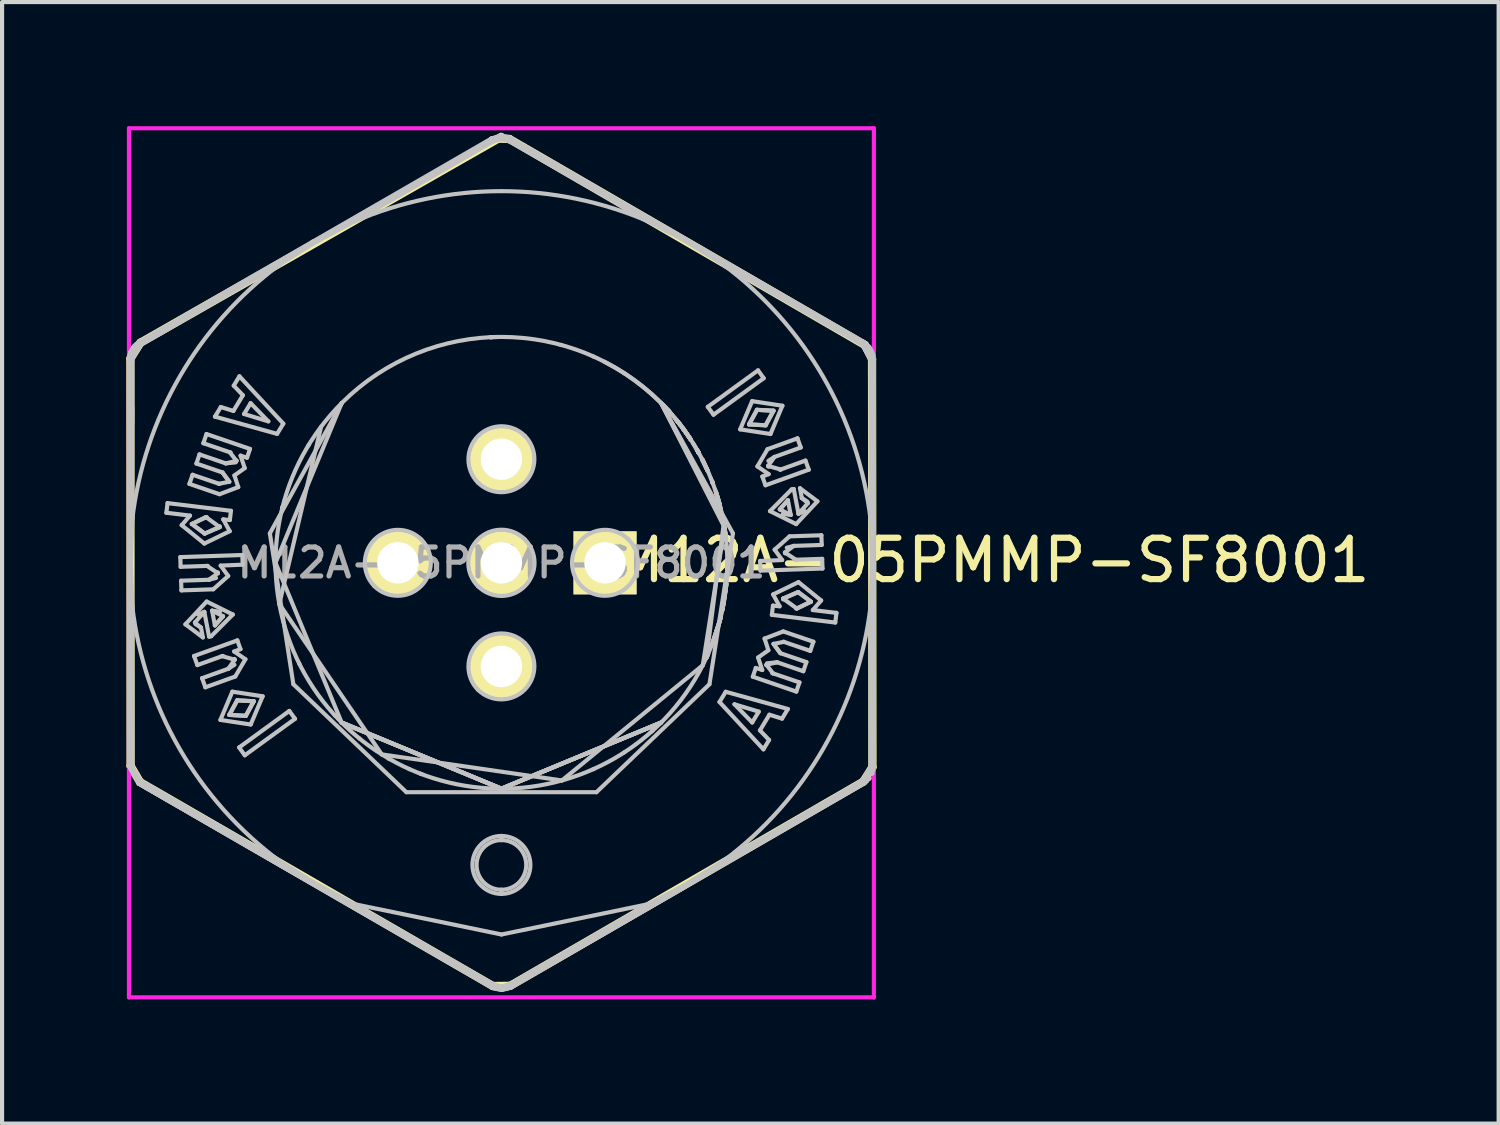
<source format=kicad_pcb>
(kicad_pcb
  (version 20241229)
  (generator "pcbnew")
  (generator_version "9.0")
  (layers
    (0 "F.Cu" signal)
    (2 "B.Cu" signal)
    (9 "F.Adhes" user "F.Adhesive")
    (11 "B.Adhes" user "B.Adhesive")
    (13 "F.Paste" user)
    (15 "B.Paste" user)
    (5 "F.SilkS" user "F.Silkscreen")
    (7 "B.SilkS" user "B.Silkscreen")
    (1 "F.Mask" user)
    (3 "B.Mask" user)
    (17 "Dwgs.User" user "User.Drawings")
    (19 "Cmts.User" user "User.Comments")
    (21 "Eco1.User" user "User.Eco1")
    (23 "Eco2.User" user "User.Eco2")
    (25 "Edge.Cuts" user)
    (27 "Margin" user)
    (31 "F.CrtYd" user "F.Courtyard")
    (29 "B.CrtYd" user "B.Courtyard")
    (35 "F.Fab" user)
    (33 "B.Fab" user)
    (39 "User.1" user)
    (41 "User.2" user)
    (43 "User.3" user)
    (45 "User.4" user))
  (footprint "M12A-05PMMP-SF8001"
    (layer "F.Cu")
    (at 9.066 10.55)
    (property "Reference" "M12A-05PMMP-SF8001" (at 11.877 -0.061 0) (layer "F.SilkS") (effects (font (size 1 1) (thickness 0.15))))
    (attr through_hole)
    (fp_line (start -8.966 -4.933) (end -8.961 4.907) (stroke (width 0.2) (type solid)) (layer "F.SilkS"))
    (fp_line (start -8.961 4.907) (end -8.733 5.298) (stroke (width 0.2) (type solid)) (layer "F.SilkS"))
    (fp_line (start -8.733 5.298) (end -0.208 10.226) (stroke (width 0.2) (type solid)) (layer "F.SilkS"))
    (fp_line (start -8.722 -5.319) (end -8.966 -4.933) (stroke (width 0.2) (type solid)) (layer "F.SilkS"))
    (fp_line (start -0.208 10.226) (end 0.213 10.221) (stroke (width 0.2) (type solid)) (layer "F.SilkS"))
    (fp_line (start -0.005 -10.292) (end -8.722 -5.319) (stroke (width 0.2) (type solid)) (layer "F.SilkS"))
    (fp_line (start 0.193 -10.241) (end -0.066 -10.251) (stroke (width 0.2) (type solid)) (layer "F.SilkS"))
    (fp_line (start 0.213 10.221) (end 8.743 5.288) (stroke (width 0.2) (type solid)) (layer "F.SilkS"))
    (fp_line (start 8.743 5.288) (end 8.966 4.938) (stroke (width 0.2) (type solid)) (layer "F.SilkS"))
    (fp_line (start 8.783 -5.263) (end 0.193 -10.241) (stroke (width 0.2) (type solid)) (layer "F.SilkS"))
    (fp_line (start 8.956 -4.923) (end 8.783 -5.263) (stroke (width 0.2) (type solid)) (layer "F.SilkS"))
    (fp_line (start 8.966 4.938) (end 8.956 -4.923) (stroke (width 0.2) (type solid)) (layer "F.SilkS"))
    (fp_line (start -9 -4.907) (end -8.918 -4.918) (stroke (width 0.1) (type solid)) (layer "Dwgs.User"))
    (fp_line (start -9 0.015) (end -9 -4.907) (stroke (width 0.1) (type solid)) (layer "Dwgs.User"))
    (fp_line (start -9 0.015) (end -8.953 0.015) (stroke (width 0.1) (type solid)) (layer "Dwgs.User"))
    (fp_line (start -9 4.907) (end -9 0.015) (stroke (width 0.1) (type solid)) (layer "Dwgs.User"))
    (fp_line (start -9 4.907) (end -8.75 5.34) (stroke (width 0.1) (type solid)) (layer "Dwgs.User"))
    (fp_line (start -9 -4.907) (end -8.994 -4.984) (stroke (width 0.1) (type solid)) (layer "Dwgs.User"))
    (fp_line (start -9 4.907) (end -8.75 5.34) (stroke (width 0.1) (type solid)) (layer "Dwgs.User"))
    (fp_line (start -8.994 -4.986) (end -8.971 -5.076) (stroke (width 0.1) (type solid)) (layer "Dwgs.User"))
    (fp_line (start -8.989 -5.012) (end -9 -4.908) (stroke (width 0.1) (type solid)) (layer "Dwgs.User"))
    (fp_line (start -8.962 -5.099) (end -8.971 -5.075) (stroke (width 0.1) (type solid)) (layer "Dwgs.User"))
    (fp_line (start -8.962 -5.1) (end -8.899 -5.209) (stroke (width 0.1) (type solid)) (layer "Dwgs.User"))
    (fp_line (start -8.953 0.015) (end -8.921 -1.039) (stroke (width 0.1) (type solid)) (layer "Dwgs.User"))
    (fp_line (start -8.95 -4.916) (end -8.992 -4.911) (stroke (width 0.1) (type solid)) (layer "Dwgs.User"))
    (fp_line (start -8.921 -1.039) (end -8.918 -4.917) (stroke (width 0.1) (type solid)) (layer "Dwgs.User"))
    (fp_line (start -8.921 1.039) (end -8.953 0.015) (stroke (width 0.1) (type solid)) (layer "Dwgs.User"))
    (fp_line (start -8.919 -3.757) (end -8.919 -3.388) (stroke (width 0.1) (type solid)) (layer "Dwgs.User"))
    (fp_line (start -8.918 -4.918) (end -8.918 -4.917) (stroke (width 0.1) (type solid)) (layer "Dwgs.User"))
    (fp_line (start -8.918 -4.917) (end -8.718 -5.265) (stroke (width 0.1) (type solid)) (layer "Dwgs.User"))
    (fp_line (start -8.918 4.918) (end -9 4.907) (stroke (width 0.1) (type solid)) (layer "Dwgs.User"))
    (fp_line (start -8.918 4.92) (end -8.921 1.039) (stroke (width 0.1) (type solid)) (layer "Dwgs.User"))
    (fp_line (start -8.901 5.034) (end -8.892 5.059) (stroke (width 0.1) (type solid)) (layer "Dwgs.User"))
    (fp_line (start -8.885 -5.227) (end -8.9 -5.207) (stroke (width 0.1) (type solid)) (layer "Dwgs.User"))
    (fp_line (start -8.884 -5.228) (end -8.836 -5.278) (stroke (width 0.1) (type solid)) (layer "Dwgs.User"))
    (fp_line (start -8.876 5.097) (end -8.875 5.099) (stroke (width 0.1) (type solid)) (layer "Dwgs.User"))
    (fp_line (start -8.875 5.099) (end -8.875 5.099) (stroke (width 0.1) (type solid)) (layer "Dwgs.User"))
    (fp_line (start -8.874 5.1) (end -8.874 5.1) (stroke (width 0.1) (type solid)) (layer "Dwgs.User"))
    (fp_line (start -8.874 5.1) (end -8.874 5.1) (stroke (width 0.1) (type solid)) (layer "Dwgs.User"))
    (fp_line (start -8.874 5.101) (end -8.873 5.101) (stroke (width 0.1) (type solid)) (layer "Dwgs.User"))
    (fp_line (start -8.873 5.102) (end -8.873 5.102) (stroke (width 0.1) (type solid)) (layer "Dwgs.User"))
    (fp_line (start -8.873 5.103) (end -8.873 5.103) (stroke (width 0.1) (type solid)) (layer "Dwgs.User"))
    (fp_line (start -8.872 5.104) (end -8.872 5.104) (stroke (width 0.1) (type solid)) (layer "Dwgs.User"))
    (fp_line (start -8.871 5.105) (end -8.871 5.105) (stroke (width 0.1) (type solid)) (layer "Dwgs.User"))
    (fp_line (start -8.835 -5.279) (end -8.837 -5.277) (stroke (width 0.1) (type solid)) (layer "Dwgs.User"))
    (fp_line (start -8.802 -5.306) (end -8.75 -5.34) (stroke (width 0.1) (type solid)) (layer "Dwgs.User"))
    (fp_line (start -8.75 5.34) (end -9 4.907) (stroke (width 0.1) (type solid)) (layer "Dwgs.User"))
    (fp_line (start -8.75 -5.34) (end -4.565 -7.757) (stroke (width 0.1) (type solid)) (layer "Dwgs.User"))
    (fp_line (start -8.75 -5.34) (end -9 -4.907) (stroke (width 0.1) (type solid)) (layer "Dwgs.User"))
    (fp_line (start -8.75 5.34) (end -8.056 5.741) (stroke (width 0.1) (type solid)) (layer "Dwgs.User"))
    (fp_line (start -8.75 5.34) (end -4.565 7.757) (stroke (width 0.1) (type solid)) (layer "Dwgs.User"))
    (fp_line (start -8.75 5.34) (end -4.565 7.757) (stroke (width 0.1) (type solid)) (layer "Dwgs.User"))
    (fp_line (start -8.75 -5.34) (end -9 -4.906) (stroke (width 0.1) (type solid)) (layer "Dwgs.User"))
    (fp_line (start -8.75 5.34) (end -9 4.908) (stroke (width 0.1) (type solid)) (layer "Dwgs.User"))
    (fp_line (start -8.75 5.341) (end -8.718 5.264) (stroke (width 0.1) (type solid)) (layer "Dwgs.User"))
    (fp_line (start -8.72 5.263) (end -8.918 4.92) (stroke (width 0.1) (type solid)) (layer "Dwgs.User"))
    (fp_line (start -8.718 -5.265) (end -5.361 -7.206) (stroke (width 0.1) (type solid)) (layer "Dwgs.User"))
    (fp_line (start -8.718 -5.265) (end -8.75 -5.34) (stroke (width 0.1) (type solid)) (layer "Dwgs.User"))
    (fp_line (start -8.096 -1.21) (end -7.525 -1.141) (stroke (width 0.1) (type solid)) (layer "Dwgs.User"))
    (fp_line (start -8.067 -1.443) (end -8.096 -1.21) (stroke (width 0.1) (type solid)) (layer "Dwgs.User"))
    (fp_line (start -8.056 5.741) (end -8.75 5.34) (stroke (width 0.1) (type solid)) (layer "Dwgs.User"))
    (fp_line (start -7.759 -0.138) (end -7.751 0.096) (stroke (width 0.1) (type solid)) (layer "Dwgs.User"))
    (fp_line (start -7.751 0.096) (end -7.114 0.075) (stroke (width 0.1) (type solid)) (layer "Dwgs.User"))
    (fp_line (start -7.74 0.432) (end -7.732 0.666) (stroke (width 0.1) (type solid)) (layer "Dwgs.User"))
    (fp_line (start -7.732 0.666) (end -6.963 0.64) (stroke (width 0.1) (type solid)) (layer "Dwgs.User"))
    (fp_line (start -7.726 -0.91) (end -7.178 -0.466) (stroke (width 0.1) (type solid)) (layer "Dwgs.User"))
    (fp_line (start -7.636 1.486) (end -7.214 1.803) (stroke (width 0.1) (type solid)) (layer "Dwgs.User"))
    (fp_line (start -7.539 -1.907) (end -6.811 -1.658) (stroke (width 0.1) (type solid)) (layer "Dwgs.User"))
    (fp_line (start -7.525 -1.141) (end -7.726 -0.91) (stroke (width 0.1) (type solid)) (layer "Dwgs.User"))
    (fp_line (start -7.48 -0.939) (end -7.138 -1.104) (stroke (width 0.1) (type solid)) (layer "Dwgs.User"))
    (fp_line (start -7.48 -0.939) (end -7.138 -1.104) (stroke (width 0.1) (type solid)) (layer "Dwgs.User"))
    (fp_line (start -7.463 -2.128) (end -7.539 -1.907) (stroke (width 0.1) (type solid)) (layer "Dwgs.User"))
    (fp_line (start -7.427 2.251) (end -7.347 2.471) (stroke (width 0.1) (type solid)) (layer "Dwgs.User"))
    (fp_line (start -7.406 1.442) (end -7.179 1.185) (stroke (width 0.1) (type solid)) (layer "Dwgs.User"))
    (fp_line (start -7.37 -2.399) (end -6.74 -2.183) (stroke (width 0.1) (type solid)) (layer "Dwgs.User"))
    (fp_line (start -7.347 2.471) (end -6.748 2.255) (stroke (width 0.1) (type solid)) (layer "Dwgs.User"))
    (fp_line (start -7.332 1.249) (end -7.179 1.185) (stroke (width 0.1) (type solid)) (layer "Dwgs.User"))
    (fp_line (start -7.295 -2.62) (end -7.37 -2.399) (stroke (width 0.1) (type solid)) (layer "Dwgs.User"))
    (fp_line (start -7.259 1.566) (end -7.406 1.442) (stroke (width 0.1) (type solid)) (layer "Dwgs.User"))
    (fp_line (start -7.259 1.566) (end -7.393 1.48) (stroke (width 0.1) (type solid)) (layer "Dwgs.User"))
    (fp_line (start -7.233 2.787) (end -7.154 3.008) (stroke (width 0.1) (type solid)) (layer "Dwgs.User"))
    (fp_line (start -7.214 1.803) (end -7.259 1.566) (stroke (width 0.1) (type solid)) (layer "Dwgs.User"))
    (fp_line (start -7.202 -2.89) (end -6.562 -2.671) (stroke (width 0.1) (type solid)) (layer "Dwgs.User"))
    (fp_line (start -7.179 1.185) (end -7.064 1.784) (stroke (width 0.1) (type solid)) (layer "Dwgs.User"))
    (fp_line (start -7.178 -0.466) (end -6.565 -0.764) (stroke (width 0.1) (type solid)) (layer "Dwgs.User"))
    (fp_line (start -7.17 -0.707) (end -7.48 -0.939) (stroke (width 0.1) (type solid)) (layer "Dwgs.User"))
    (fp_line (start -7.17 -0.707) (end -7.48 -0.939) (stroke (width 0.1) (type solid)) (layer "Dwgs.User"))
    (fp_line (start -7.154 3.008) (end -6.431 2.747) (stroke (width 0.1) (type solid)) (layer "Dwgs.User"))
    (fp_line (start -7.138 -1.104) (end -7.118 -1.102) (stroke (width 0.1) (type solid)) (layer "Dwgs.User"))
    (fp_line (start -7.138 -1.104) (end -6.808 -0.864) (stroke (width 0.1) (type solid)) (layer "Dwgs.User"))
    (fp_line (start -7.126 -3.112) (end -7.202 -2.89) (stroke (width 0.1) (type solid)) (layer "Dwgs.User"))
    (fp_line (start -7.122 0.936) (end -7.636 1.486) (stroke (width 0.1) (type solid)) (layer "Dwgs.User"))
    (fp_line (start -7.114 0.075) (end -7.094 0.074) (stroke (width 0.1) (type solid)) (layer "Dwgs.User"))
    (fp_line (start -7.114 0.075) (end -6.851 0.25) (stroke (width 0.1) (type solid)) (layer "Dwgs.User"))
    (fp_line (start -7.065 0.409) (end -7.74 0.432) (stroke (width 0.1) (type solid)) (layer "Dwgs.User"))
    (fp_line (start -7.064 1.784) (end -7.013 1.774) (stroke (width 0.1) (type solid)) (layer "Dwgs.User"))
    (fp_line (start -7.013 1.774) (end -6.49 1.249) (stroke (width 0.1) (type solid)) (layer "Dwgs.User"))
    (fp_line (start -6.991 1.156) (end -6.801 1.183) (stroke (width 0.1) (type solid)) (layer "Dwgs.User"))
    (fp_line (start -6.991 1.156) (end -6.727 1.291) (stroke (width 0.1) (type solid)) (layer "Dwgs.User"))
    (fp_line (start -6.963 0.64) (end -6.602 0.318) (stroke (width 0.1) (type solid)) (layer "Dwgs.User"))
    (fp_line (start -6.923 1.512) (end -6.991 1.156) (stroke (width 0.1) (type solid)) (layer "Dwgs.User"))
    (fp_line (start -6.922 -3.532) (end -5.42 -3.116) (stroke (width 0.1) (type solid)) (layer "Dwgs.User"))
    (fp_line (start -6.896 0.365) (end -7.065 0.409) (stroke (width 0.1) (type solid)) (layer "Dwgs.User"))
    (fp_line (start -6.853 0.229) (end -6.851 0.25) (stroke (width 0.1) (type solid)) (layer "Dwgs.User"))
    (fp_line (start -6.851 0.25) (end -7.065 0.409) (stroke (width 0.1) (type solid)) (layer "Dwgs.User"))
    (fp_line (start -6.825 -1.91) (end -7.463 -2.128) (stroke (width 0.1) (type solid)) (layer "Dwgs.User"))
    (fp_line (start -6.815 -1.906) (end -6.825 -1.91) (stroke (width 0.1) (type solid)) (layer "Dwgs.User"))
    (fp_line (start -6.811 -1.658) (end -6.359 -1.83) (stroke (width 0.1) (type solid)) (layer "Dwgs.User"))
    (fp_line (start -6.808 -0.864) (end -7.17 -0.707) (stroke (width 0.1) (type solid)) (layer "Dwgs.User"))
    (fp_line (start -6.808 -0.864) (end -7.17 -0.707) (stroke (width 0.1) (type solid)) (layer "Dwgs.User"))
    (fp_line (start -6.806 -0.884) (end -6.808 -0.864) (stroke (width 0.1) (type solid)) (layer "Dwgs.User"))
    (fp_line (start -6.79 3.796) (end -6.058 3.907) (stroke (width 0.1) (type solid)) (layer "Dwgs.User"))
    (fp_line (start -6.784 0.067) (end -6.252 0.045) (stroke (width 0.1) (type solid)) (layer "Dwgs.User"))
    (fp_line (start -6.781 -3.765) (end -6.922 -3.532) (stroke (width 0.1) (type solid)) (layer "Dwgs.User"))
    (fp_line (start -6.748 2.255) (end -6.729 2.249) (stroke (width 0.1) (type solid)) (layer "Dwgs.User"))
    (fp_line (start -6.748 2.255) (end -6.444 2.341) (stroke (width 0.1) (type solid)) (layer "Dwgs.User"))
    (fp_line (start -6.74 -2.183) (end -6.576 -1.959) (stroke (width 0.1) (type solid)) (layer "Dwgs.User"))
    (fp_line (start -6.74 -2.183) (end -6.576 -1.959) (stroke (width 0.1) (type solid)) (layer "Dwgs.User"))
    (fp_line (start -6.727 1.291) (end -6.923 1.512) (stroke (width 0.1) (type solid)) (layer "Dwgs.User"))
    (fp_line (start -6.727 1.291) (end -6.923 1.512) (stroke (width 0.1) (type solid)) (layer "Dwgs.User"))
    (fp_line (start -6.722 -1.05) (end -6.562 -1.034) (stroke (width 0.1) (type solid)) (layer "Dwgs.User"))
    (fp_line (start -6.662 -2.403) (end -7.295 -2.62) (stroke (width 0.1) (type solid)) (layer "Dwgs.User"))
    (fp_line (start -6.602 0.318) (end -6.784 0.067) (stroke (width 0.1) (type solid)) (layer "Dwgs.User"))
    (fp_line (start -6.599 2.559) (end -7.233 2.787) (stroke (width 0.1) (type solid)) (layer "Dwgs.User"))
    (fp_line (start -6.576 -1.959) (end -6.825 -1.91) (stroke (width 0.1) (type solid)) (layer "Dwgs.User"))
    (fp_line (start -6.575 3.675) (end -6.384 3.323) (stroke (width 0.1) (type solid)) (layer "Dwgs.User"))
    (fp_line (start -6.575 3.675) (end -6.384 3.323) (stroke (width 0.1) (type solid)) (layer "Dwgs.User"))
    (fp_line (start -6.565 -0.764) (end -6.722 -1.05) (stroke (width 0.1) (type solid)) (layer "Dwgs.User"))
    (fp_line (start -6.562 -1.034) (end -6.535 -1.257) (stroke (width 0.1) (type solid)) (layer "Dwgs.User"))
    (fp_line (start -6.562 -2.671) (end -6.542 -2.664) (stroke (width 0.1) (type solid)) (layer "Dwgs.User"))
    (fp_line (start -6.562 -2.671) (end -6.403 -2.463) (stroke (width 0.1) (type solid)) (layer "Dwgs.User"))
    (fp_line (start -6.535 -1.257) (end -8.067 -1.443) (stroke (width 0.1) (type solid)) (layer "Dwgs.User"))
    (fp_line (start -6.502 3.113) (end -6.79 3.796) (stroke (width 0.1) (type solid)) (layer "Dwgs.User"))
    (fp_line (start -6.49 1.249) (end -7.122 0.936) (stroke (width 0.1) (type solid)) (layer "Dwgs.User"))
    (fp_line (start -6.476 -3.67) (end -6.781 -3.765) (stroke (width 0.1) (type solid)) (layer "Dwgs.User"))
    (fp_line (start -6.468 -4.281) (end -6.247 -4.049) (stroke (width 0.1) (type solid)) (layer "Dwgs.User"))
    (fp_line (start -6.457 2.143) (end -6.305 2.085) (stroke (width 0.1) (type solid)) (layer "Dwgs.User"))
    (fp_line (start -6.452 2.322) (end -6.444 2.341) (stroke (width 0.1) (type solid)) (layer "Dwgs.User"))
    (fp_line (start -6.451 -2.112) (end -6.202 -2.289) (stroke (width 0.1) (type solid)) (layer "Dwgs.User"))
    (fp_line (start -6.451 2.464) (end -6.599 2.559) (stroke (width 0.1) (type solid)) (layer "Dwgs.User"))
    (fp_line (start -6.444 2.341) (end -6.599 2.559) (stroke (width 0.1) (type solid)) (layer "Dwgs.User"))
    (fp_line (start -6.431 2.747) (end -6.186 2.33) (stroke (width 0.1) (type solid)) (layer "Dwgs.User"))
    (fp_line (start -6.419 -2.428) (end -6.662 -2.403) (stroke (width 0.1) (type solid)) (layer "Dwgs.User"))
    (fp_line (start -6.403 -2.463) (end -6.662 -2.403) (stroke (width 0.1) (type solid)) (layer "Dwgs.User"))
    (fp_line (start -6.4 -2.473) (end -6.403 -2.463) (stroke (width 0.1) (type solid)) (layer "Dwgs.User"))
    (fp_line (start -6.384 3.323) (end -5.984 3.345) (stroke (width 0.1) (type solid)) (layer "Dwgs.User"))
    (fp_line (start -6.384 3.323) (end -5.984 3.345) (stroke (width 0.1) (type solid)) (layer "Dwgs.User"))
    (fp_line (start -6.381 1.874) (end -7.427 2.251) (stroke (width 0.1) (type solid)) (layer "Dwgs.User"))
    (fp_line (start -6.359 -1.83) (end -6.451 -2.112) (stroke (width 0.1) (type solid)) (layer "Dwgs.User"))
    (fp_line (start -6.338 4.461) (end -6.201 4.651) (stroke (width 0.1) (type solid)) (layer "Dwgs.User"))
    (fp_line (start -6.331 -4.507) (end -6.468 -4.281) (stroke (width 0.1) (type solid)) (layer "Dwgs.User"))
    (fp_line (start -6.305 2.085) (end -6.381 1.874) (stroke (width 0.1) (type solid)) (layer "Dwgs.User"))
    (fp_line (start -6.303 -2.59) (end -6.147 -2.54) (stroke (width 0.1) (type solid)) (layer "Dwgs.User"))
    (fp_line (start -6.26 -0.189) (end -7.759 -0.138) (stroke (width 0.1) (type solid)) (layer "Dwgs.User"))
    (fp_line (start -6.252 0.045) (end -6.26 -0.189) (stroke (width 0.1) (type solid)) (layer "Dwgs.User"))
    (fp_line (start -6.247 -4.049) (end -6.476 -3.67) (stroke (width 0.1) (type solid)) (layer "Dwgs.User"))
    (fp_line (start -6.218 -3.596) (end -6.06 -3.858) (stroke (width 0.1) (type solid)) (layer "Dwgs.User"))
    (fp_line (start -6.202 -2.289) (end -6.303 -2.59) (stroke (width 0.1) (type solid)) (layer "Dwgs.User"))
    (fp_line (start -6.201 4.651) (end -4.987 3.769) (stroke (width 0.1) (type solid)) (layer "Dwgs.User"))
    (fp_line (start -6.186 2.33) (end -6.457 2.143) (stroke (width 0.1) (type solid)) (layer "Dwgs.User"))
    (fp_line (start -6.176 3.697) (end -6.575 3.675) (stroke (width 0.1) (type solid)) (layer "Dwgs.User"))
    (fp_line (start -6.176 3.697) (end -6.575 3.675) (stroke (width 0.1) (type solid)) (layer "Dwgs.User"))
    (fp_line (start -6.147 -2.54) (end -6.075 -2.752) (stroke (width 0.1) (type solid)) (layer "Dwgs.User"))
    (fp_line (start -6.075 -2.752) (end -7.126 -3.112) (stroke (width 0.1) (type solid)) (layer "Dwgs.User"))
    (fp_line (start -6.06 -3.858) (end -5.632 -3.418) (stroke (width 0.1) (type solid)) (layer "Dwgs.User"))
    (fp_line (start -6.058 3.907) (end -5.769 3.225) (stroke (width 0.1) (type solid)) (layer "Dwgs.User"))
    (fp_line (start -5.984 3.345) (end -6.176 3.697) (stroke (width 0.1) (type solid)) (layer "Dwgs.User"))
    (fp_line (start -5.984 3.345) (end -6.176 3.697) (stroke (width 0.1) (type solid)) (layer "Dwgs.User"))
    (fp_line (start -5.769 3.225) (end -6.502 3.113) (stroke (width 0.1) (type solid)) (layer "Dwgs.User"))
    (fp_line (start -5.632 -3.418) (end -6.218 -3.596) (stroke (width 0.1) (type solid)) (layer "Dwgs.User"))
    (fp_line (start -5.595 -0.711) (end -3.856 -3.863) (stroke (width 0.1) (type solid)) (layer "Dwgs.User"))
    (fp_line (start -5.458 0) (end -3.86 3.86) (stroke (width 0.1) (type solid)) (layer "Dwgs.User"))
    (fp_line (start -5.42 -3.116) (end -5.27 -3.363) (stroke (width 0.1) (type solid)) (layer "Dwgs.User"))
    (fp_line (start -5.367 0.994) (end -4.357 -3.287) (stroke (width 0.1) (type solid)) (layer "Dwgs.User"))
    (fp_line (start -5.36 7.206) (end -8.72 5.263) (stroke (width 0.1) (type solid)) (layer "Dwgs.User"))
    (fp_line (start -5.36 -7.206) (end -4.541 -7.716) (stroke (width 0.1) (type solid)) (layer "Dwgs.User"))
    (fp_line (start -5.359 -7.207) (end -5.36 -7.206) (stroke (width 0.1) (type solid)) (layer "Dwgs.User"))
    (fp_line (start -5.296 -1.322) (end -5.296 -1.322) (stroke (width 0.1) (type solid)) (layer "Dwgs.User"))
    (fp_line (start -5.295 -1.324) (end -5.296 -1.324) (stroke (width 0.1) (type solid)) (layer "Dwgs.User"))
    (fp_line (start -5.292 -1.338) (end -5.292 -1.337) (stroke (width 0.1) (type solid)) (layer "Dwgs.User"))
    (fp_line (start -5.289 -1.351) (end -5.292 -1.34) (stroke (width 0.1) (type solid)) (layer "Dwgs.User"))
    (fp_line (start -5.27 -3.363) (end -6.331 -4.507) (stroke (width 0.1) (type solid)) (layer "Dwgs.User"))
    (fp_line (start -5.125 3.579) (end -6.338 4.461) (stroke (width 0.1) (type solid)) (layer "Dwgs.User"))
    (fp_line (start -5.027 2.934) (end -5.595 -0.711) (stroke (width 0.1) (type solid)) (layer "Dwgs.User"))
    (fp_line (start -5.009 -7.436) (end -5.027 -7.425) (stroke (width 0.1) (type solid)) (layer "Dwgs.User"))
    (fp_line (start -4.987 3.769) (end -5.125 3.579) (stroke (width 0.1) (type solid)) (layer "Dwgs.User"))
    (fp_line (start -4.89 2.427) (end -4.882 2.441) (stroke (width 0.1) (type solid)) (layer "Dwgs.User"))
    (fp_line (start -4.652 -2.855) (end -4.662 -2.839) (stroke (width 0.1) (type solid)) (layer "Dwgs.User"))
    (fp_line (start -4.565 -7.757) (end -0.25 -10.248) (stroke (width 0.1) (type solid)) (layer "Dwgs.User"))
    (fp_line (start -4.565 7.757) (end -8.056 5.741) (stroke (width 0.1) (type solid)) (layer "Dwgs.User"))
    (fp_line (start -4.565 7.757) (end -4.541 7.716) (stroke (width 0.1) (type solid)) (layer "Dwgs.User"))
    (fp_line (start -4.565 -7.757) (end -4.541 -7.716) (stroke (width 0.1) (type solid)) (layer "Dwgs.User"))
    (fp_line (start -4.564 -7.757) (end -4.565 -7.757) (stroke (width 0.1) (type solid)) (layer "Dwgs.User"))
    (fp_line (start -4.541 7.716) (end -5.36 7.206) (stroke (width 0.1) (type solid)) (layer "Dwgs.User"))
    (fp_line (start -4.541 -7.716) (end -3.561 -8.245) (stroke (width 0.1) (type solid)) (layer "Dwgs.User"))
    (fp_line (start -4.025 3.687) (end -4.02 3.692) (stroke (width 0.1) (type solid)) (layer "Dwgs.User"))
    (fp_line (start -3.86 -3.86) (end -5.458 0) (stroke (width 0.1) (type solid)) (layer "Dwgs.User"))
    (fp_line (start -3.86 3.86) (end 0 5.458) (stroke (width 0.1) (type solid)) (layer "Dwgs.User"))
    (fp_line (start -3.86 3.86) (end 0 5.458) (stroke (width 0.1) (type solid)) (layer "Dwgs.User"))
    (fp_line (start -3.86 3.86) (end 0 5.458) (stroke (width 0.1) (type solid)) (layer "Dwgs.User"))
    (fp_line (start -3.86 3.86) (end 0 5.458) (stroke (width 0.1) (type solid)) (layer "Dwgs.User"))
    (fp_line (start -3.86 3.86) (end 0 5.458) (stroke (width 0.1) (type solid)) (layer "Dwgs.User"))
    (fp_line (start -3.561 8.245) (end -3.561 8.245) (stroke (width 0.1) (type solid)) (layer "Dwgs.User"))
    (fp_line (start -3.561 8.245) (end -4.541 7.716) (stroke (width 0.1) (type solid)) (layer "Dwgs.User"))
    (fp_line (start -3.559 -8.245) (end -0.197 -10.183) (stroke (width 0.1) (type solid)) (layer "Dwgs.User"))
    (fp_line (start -3.558 8.246) (end 0.002 8.981) (stroke (width 0.1) (type solid)) (layer "Dwgs.User"))
    (fp_line (start -3.435 4.242) (end -3.431 4.246) (stroke (width 0.1) (type solid)) (layer "Dwgs.User"))
    (fp_line (start -2.892 4.629) (end -5.367 0.994) (stroke (width 0.1) (type solid)) (layer "Dwgs.User"))
    (fp_line (start -2.786 0.283) (end -2.503 0) (stroke (width 0.1) (type solid)) (layer "Dwgs.User"))
    (fp_line (start -2.729 4.727) (end -2.728 4.728) (stroke (width 0.1) (type solid)) (layer "Dwgs.User"))
    (fp_line (start -2.704 4.742) (end -2.702 4.743) (stroke (width 0.1) (type solid)) (layer "Dwgs.User"))
    (fp_line (start -2.296 5.543) (end -5.027 2.934) (stroke (width 0.1) (type solid)) (layer "Dwgs.User"))
    (fp_line (start -2.227 4.983) (end -2.225 4.985) (stroke (width 0.1) (type solid)) (layer "Dwgs.User"))
    (fp_line (start -2.22 -0.283) (end -2.503 0) (stroke (width 0.1) (type solid)) (layer "Dwgs.User"))
    (fp_line (start -1.956 5.096) (end -1.951 5.098) (stroke (width 0.1) (type solid)) (layer "Dwgs.User"))
    (fp_line (start -1.937 5.103) (end -1.933 5.105) (stroke (width 0.1) (type solid)) (layer "Dwgs.User"))
    (fp_line (start -0.283 -2.22) (end 0 -2.503) (stroke (width 0.1) (type solid)) (layer "Dwgs.User"))
    (fp_line (start -0.283 0.283) (end 0 0) (stroke (width 0.1) (type solid)) (layer "Dwgs.User"))
    (fp_line (start -0.283 2.786) (end 0 2.503) (stroke (width 0.1) (type solid)) (layer "Dwgs.User"))
    (fp_line (start -0.261 -5.452) (end -0.261 -5.452) (stroke (width 0.1) (type solid)) (layer "Dwgs.User"))
    (fp_line (start -0.256 -5.452) (end -0.26 -5.452) (stroke (width 0.1) (type solid)) (layer "Dwgs.User"))
    (fp_line (start -0.255 -5.453) (end -0.255 -5.453) (stroke (width 0.1) (type solid)) (layer "Dwgs.User"))
    (fp_line (start -0.254 -5.453) (end -0.254 -5.453) (stroke (width 0.1) (type solid)) (layer "Dwgs.User"))
    (fp_line (start -0.25 10.248) (end -4.565 7.757) (stroke (width 0.1) (type solid)) (layer "Dwgs.User"))
    (fp_line (start -0.25 10.248) (end 0 10.315) (stroke (width 0.1) (type solid)) (layer "Dwgs.User"))
    (fp_line (start -0.25 10.248) (end -4.565 7.757) (stroke (width 0.1) (type solid)) (layer "Dwgs.User"))
    (fp_line (start -0.25 -10.248) (end -0.2 -10.182) (stroke (width 0.1) (type solid)) (layer "Dwgs.User"))
    (fp_line (start -0.25 -10.248) (end -0.25 -10.248) (stroke (width 0.1) (type solid)) (layer "Dwgs.User"))
    (fp_line (start -0.233 -5.454) (end -0.253 -5.453) (stroke (width 0.1) (type solid)) (layer "Dwgs.User"))
    (fp_line (start -0.232 -5.454) (end -0.232 -5.454) (stroke (width 0.1) (type solid)) (layer "Dwgs.User"))
    (fp_line (start -0.219 -5.454) (end -0.226 -5.454) (stroke (width 0.1) (type solid)) (layer "Dwgs.User"))
    (fp_line (start -0.2 10.182) (end -0.25 10.248) (stroke (width 0.1) (type solid)) (layer "Dwgs.User"))
    (fp_line (start -0.197 10.183) (end -3.558 8.246) (stroke (width 0.1) (type solid)) (layer "Dwgs.User"))
    (fp_line (start -0.197 -10.183) (end 0 -10.236) (stroke (width 0.1) (type solid)) (layer "Dwgs.User"))
    (fp_line (start -0.188 10.278) (end -0.139 10.295) (stroke (width 0.1) (type solid)) (layer "Dwgs.User"))
    (fp_line (start -0.182 10.281) (end -0.25 10.248) (stroke (width 0.1) (type solid)) (layer "Dwgs.User"))
    (fp_line (start -0.137 10.296) (end -0.137 10.296) (stroke (width 0.1) (type solid)) (layer "Dwgs.User"))
    (fp_line (start -0.09 -5.458) (end -0.212 -5.454) (stroke (width 0.1) (type solid)) (layer "Dwgs.User"))
    (fp_line (start -0.039 -10.313) (end -0.25 -10.248) (stroke (width 0.1) (type solid)) (layer "Dwgs.User"))
    (fp_line (start -0.03 -10.314) (end 0 -10.315) (stroke (width 0.1) (type solid)) (layer "Dwgs.User"))
    (fp_line (start 0 -10.315) (end -0.25 -10.248) (stroke (width 0.1) (type solid)) (layer "Dwgs.User"))
    (fp_line (start 0 -10.315) (end 0 -10.315) (stroke (width 0.1) (type solid)) (layer "Dwgs.User"))
    (fp_line (start 0 -10.315) (end 0.087 -10.307) (stroke (width 0.1) (type solid)) (layer "Dwgs.User"))
    (fp_line (start 0 -10.315) (end 0 -10.236) (stroke (width 0.1) (type solid)) (layer "Dwgs.User"))
    (fp_line (start 0 -10.315) (end 0.248 -10.249) (stroke (width 0.1) (type solid)) (layer "Dwgs.User"))
    (fp_line (start 0 -10.315) (end -0.25 -10.248) (stroke (width 0.1) (type solid)) (layer "Dwgs.User"))
    (fp_line (start 0 -10.236) (end 0.197 -10.183) (stroke (width 0.1) (type solid)) (layer "Dwgs.User"))
    (fp_line (start 0 5.458) (end 3.86 3.86) (stroke (width 0.1) (type solid)) (layer "Dwgs.User"))
    (fp_line (start 0 5.458) (end 3.86 3.86) (stroke (width 0.1) (type solid)) (layer "Dwgs.User"))
    (fp_line (start 0 5.458) (end 3.86 3.86) (stroke (width 0.1) (type solid)) (layer "Dwgs.User"))
    (fp_line (start 0 5.458) (end 3.86 3.86) (stroke (width 0.1) (type solid)) (layer "Dwgs.User"))
    (fp_line (start 0 5.458) (end 3.86 3.86) (stroke (width 0.1) (type solid)) (layer "Dwgs.User"))
    (fp_line (start 0 6.6) (end 0 6.7) (stroke (width 0.1) (type solid)) (layer "Dwgs.User"))
    (fp_line (start 0 8) (end 0 7.9) (stroke (width 0.1) (type solid)) (layer "Dwgs.User"))
    (fp_line (start 0 10.236) (end -0.197 10.183) (stroke (width 0.1) (type solid)) (layer "Dwgs.User"))
    (fp_line (start 0 10.315) (end 0.25 10.248) (stroke (width 0.1) (type solid)) (layer "Dwgs.User"))
    (fp_line (start 0 10.315) (end -0.248 10.249) (stroke (width 0.1) (type solid)) (layer "Dwgs.User"))
    (fp_line (start 0 10.315) (end 0 10.236) (stroke (width 0.1) (type solid)) (layer "Dwgs.User"))
    (fp_line (start 0 10.315) (end -0.087 10.307) (stroke (width 0.1) (type solid)) (layer "Dwgs.User"))
    (fp_line (start 0 10.315) (end 0 10.315) (stroke (width 0.1) (type solid)) (layer "Dwgs.User"))
    (fp_line (start 0 10.315) (end 0.25 10.248) (stroke (width 0.1) (type solid)) (layer "Dwgs.User"))
    (fp_line (start 0.002 8.981) (end 3.561 8.245) (stroke (width 0.1) (type solid)) (layer "Dwgs.User"))
    (fp_line (start 0.039 10.313) (end 0.25 10.248) (stroke (width 0.1) (type solid)) (layer "Dwgs.User"))
    (fp_line (start 0.136 10.296) (end 0 10.315) (stroke (width 0.1) (type solid)) (layer "Dwgs.User"))
    (fp_line (start 0.137 -10.296) (end 0.137 -10.296) (stroke (width 0.1) (type solid)) (layer "Dwgs.User"))
    (fp_line (start 0.182 -10.281) (end 0.25 -10.248) (stroke (width 0.1) (type solid)) (layer "Dwgs.User"))
    (fp_line (start 0.188 -10.278) (end 0.139 -10.295) (stroke (width 0.1) (type solid)) (layer "Dwgs.User"))
    (fp_line (start 0.197 -10.183) (end 3.559 -8.246) (stroke (width 0.1) (type solid)) (layer "Dwgs.User"))
    (fp_line (start 0.199 10.182) (end 0 10.236) (stroke (width 0.1) (type solid)) (layer "Dwgs.User"))
    (fp_line (start 0.2 -10.182) (end 0.25 -10.248) (stroke (width 0.1) (type solid)) (layer "Dwgs.User"))
    (fp_line (start 0.25 10.248) (end 0.25 10.248) (stroke (width 0.1) (type solid)) (layer "Dwgs.User"))
    (fp_line (start 0.25 10.248) (end 0.2 10.182) (stroke (width 0.1) (type solid)) (layer "Dwgs.User"))
    (fp_line (start 0.25 10.248) (end 0.174 10.284) (stroke (width 0.1) (type solid)) (layer "Dwgs.User"))
    (fp_line (start 0.25 -10.248) (end 0 -10.315) (stroke (width 0.1) (type solid)) (layer "Dwgs.User"))
    (fp_line (start 0.25 -10.248) (end 4.427 -7.836) (stroke (width 0.1) (type solid)) (layer "Dwgs.User"))
    (fp_line (start 0.25 10.248) (end 4.426 7.837) (stroke (width 0.1) (type solid)) (layer "Dwgs.User"))
    (fp_line (start 0.283 -2.786) (end 0 -2.503) (stroke (width 0.1) (type solid)) (layer "Dwgs.User"))
    (fp_line (start 0.283 -0.283) (end 0 0) (stroke (width 0.1) (type solid)) (layer "Dwgs.User"))
    (fp_line (start 0.283 2.22) (end 0 2.503) (stroke (width 0.1) (type solid)) (layer "Dwgs.User"))
    (fp_line (start 1.443 -5.264) (end 1.44 -5.265) (stroke (width 0.1) (type solid)) (layer "Dwgs.User"))
    (fp_line (start 1.445 -5.264) (end 1.445 -5.264) (stroke (width 0.1) (type solid)) (layer "Dwgs.User"))
    (fp_line (start 1.461 5.259) (end -2.892 4.629) (stroke (width 0.1) (type solid)) (layer "Dwgs.User"))
    (fp_line (start 2.22 4.987) (end 2.235 4.98) (stroke (width 0.1) (type solid)) (layer "Dwgs.User"))
    (fp_line (start 2.22 0.283) (end 2.503 0) (stroke (width 0.1) (type solid)) (layer "Dwgs.User"))
    (fp_line (start 2.229 -4.983) (end 2.225 -4.984) (stroke (width 0.1) (type solid)) (layer "Dwgs.User"))
    (fp_line (start 2.296 5.543) (end -2.296 5.543) (stroke (width 0.1) (type solid)) (layer "Dwgs.User"))
    (fp_line (start 2.786 -0.283) (end 2.503 0) (stroke (width 0.1) (type solid)) (layer "Dwgs.User"))
    (fp_line (start 2.969 4.58) (end 2.973 4.578) (stroke (width 0.1) (type solid)) (layer "Dwgs.User"))
    (fp_line (start 2.973 -4.578) (end 2.969 -4.58) (stroke (width 0.1) (type solid)) (layer "Dwgs.User"))
    (fp_line (start 3.558 8.246) (end 0.199 10.182) (stroke (width 0.1) (type solid)) (layer "Dwgs.User"))
    (fp_line (start 3.561 -8.245) (end 4.403 -7.795) (stroke (width 0.1) (type solid)) (layer "Dwgs.User"))
    (fp_line (start 3.632 4.075) (end 3.652 4.056) (stroke (width 0.1) (type solid)) (layer "Dwgs.User"))
    (fp_line (start 3.652 -4.056) (end 3.649 -4.059) (stroke (width 0.1) (type solid)) (layer "Dwgs.User"))
    (fp_line (start 3.86 -3.86) (end 5.391 -0.856) (stroke (width 0.1) (type solid)) (layer "Dwgs.User"))
    (fp_line (start 3.86 -3.86) (end 5.595 -0.711) (stroke (width 0.1) (type solid)) (layer "Dwgs.User"))
    (fp_line (start 3.892 -3.828) (end 3.889 -3.831) (stroke (width 0.1) (type solid)) (layer "Dwgs.User"))
    (fp_line (start 3.921 -3.798) (end 3.892 -3.827) (stroke (width 0.1) (type solid)) (layer "Dwgs.User"))
    (fp_line (start 3.964 -3.752) (end 3.941 -3.777) (stroke (width 0.1) (type solid)) (layer "Dwgs.User"))
    (fp_line (start 4.02 -3.693) (end 4.005 -3.709) (stroke (width 0.1) (type solid)) (layer "Dwgs.User"))
    (fp_line (start 4.045 -3.665) (end 4.044 -3.666) (stroke (width 0.1) (type solid)) (layer "Dwgs.User"))
    (fp_line (start 4.046 -3.664) (end 4.045 -3.665) (stroke (width 0.1) (type solid)) (layer "Dwgs.User"))
    (fp_line (start 4.051 -3.659) (end 3.886 -3.834) (stroke (width 0.1) (type solid)) (layer "Dwgs.User"))
    (fp_line (start 4.051 -3.659) (end 3.92 -3.799) (stroke (width 0.1) (type solid)) (layer "Dwgs.User"))
    (fp_line (start 4.051 -3.659) (end 3.92 -3.799) (stroke (width 0.1) (type solid)) (layer "Dwgs.User"))
    (fp_line (start 4.051 -3.659) (end 3.92 -3.799) (stroke (width 0.1) (type solid)) (layer "Dwgs.User"))
    (fp_line (start 4.056 -3.653) (end 4.047 -3.663) (stroke (width 0.1) (type solid)) (layer "Dwgs.User"))
    (fp_line (start 4.057 -3.652) (end 4.056 -3.652) (stroke (width 0.1) (type solid)) (layer "Dwgs.User"))
    (fp_line (start 4.059 -3.65) (end 4.058 -3.651) (stroke (width 0.1) (type solid)) (layer "Dwgs.User"))
    (fp_line (start 4.06 -3.649) (end 4.059 -3.649) (stroke (width 0.1) (type solid)) (layer "Dwgs.User"))
    (fp_line (start 4.073 -3.635) (end 4.061 -3.648) (stroke (width 0.1) (type solid)) (layer "Dwgs.User"))
    (fp_line (start 4.113 -3.588) (end 4.093 -3.612) (stroke (width 0.1) (type solid)) (layer "Dwgs.User"))
    (fp_line (start 4.154 -3.541) (end 4.131 -3.568) (stroke (width 0.1) (type solid)) (layer "Dwgs.User"))
    (fp_line (start 4.208 -3.477) (end 4.189 -3.499) (stroke (width 0.1) (type solid)) (layer "Dwgs.User"))
    (fp_line (start 4.233 -3.446) (end 4.229 -3.451) (stroke (width 0.1) (type solid)) (layer "Dwgs.User"))
    (fp_line (start 4.241 -3.436) (end 4.234 -3.445) (stroke (width 0.1) (type solid)) (layer "Dwgs.User"))
    (fp_line (start 4.242 -3.435) (end 4.242 -3.436) (stroke (width 0.1) (type solid)) (layer "Dwgs.User"))
    (fp_line (start 4.257 -3.416) (end 4.242 -3.435) (stroke (width 0.1) (type solid)) (layer "Dwgs.User"))
    (fp_line (start 4.296 -3.367) (end 4.277 -3.391) (stroke (width 0.1) (type solid)) (layer "Dwgs.User"))
    (fp_line (start 4.312 -3.346) (end 4.312 -3.347) (stroke (width 0.1) (type solid)) (layer "Dwgs.User"))
    (fp_line (start 4.321 -3.335) (end 4.313 -3.346) (stroke (width 0.1) (type solid)) (layer "Dwgs.User"))
    (fp_line (start 4.33 -3.324) (end 4.326 -3.329) (stroke (width 0.1) (type solid)) (layer "Dwgs.User"))
    (fp_line (start 4.335 -3.317) (end 4.239 -3.439) (stroke (width 0.1) (type solid)) (layer "Dwgs.User"))
    (fp_line (start 4.335 -3.317) (end 4.239 -3.439) (stroke (width 0.1) (type solid)) (layer "Dwgs.User"))
    (fp_line (start 4.335 -3.317) (end 4.239 -3.439) (stroke (width 0.1) (type solid)) (layer "Dwgs.User"))
    (fp_line (start 4.335 -3.317) (end 4.239 -3.439) (stroke (width 0.1) (type solid)) (layer "Dwgs.User"))
    (fp_line (start 4.366 -3.276) (end 4.364 -3.278) (stroke (width 0.1) (type solid)) (layer "Dwgs.User"))
    (fp_line (start 4.368 -3.273) (end 4.367 -3.275) (stroke (width 0.1) (type solid)) (layer "Dwgs.User"))
    (fp_line (start 4.371 -3.27) (end 4.369 -3.272) (stroke (width 0.1) (type solid)) (layer "Dwgs.User"))
    (fp_line (start 4.373 -3.267) (end 4.371 -3.27) (stroke (width 0.1) (type solid)) (layer "Dwgs.User"))
    (fp_line (start 4.376 -3.263) (end 4.373 -3.266) (stroke (width 0.1) (type solid)) (layer "Dwgs.User"))
    (fp_line (start 4.378 -3.26) (end 4.376 -3.262) (stroke (width 0.1) (type solid)) (layer "Dwgs.User"))
    (fp_line (start 4.38 -3.257) (end 4.378 -3.26) (stroke (width 0.1) (type solid)) (layer "Dwgs.User"))
    (fp_line (start 4.382 -3.254) (end 4.38 -3.257) (stroke (width 0.1) (type solid)) (layer "Dwgs.User"))
    (fp_line (start 4.402 7.796) (end 3.561 8.245) (stroke (width 0.1) (type solid)) (layer "Dwgs.User"))
    (fp_line (start 4.403 -7.795) (end 5.36 -7.206) (stroke (width 0.1) (type solid)) (layer "Dwgs.User"))
    (fp_line (start 4.404 -3.225) (end 4.396 -3.236) (stroke (width 0.1) (type solid)) (layer "Dwgs.User"))
    (fp_line (start 4.404 -3.225) (end 4.396 -3.236) (stroke (width 0.1) (type solid)) (layer "Dwgs.User"))
    (fp_line (start 4.404 -3.225) (end 4.396 -3.236) (stroke (width 0.1) (type solid)) (layer "Dwgs.User"))
    (fp_line (start 4.404 -3.225) (end 4.396 -3.236) (stroke (width 0.1) (type solid)) (layer "Dwgs.User"))
    (fp_line (start 4.406 -3.222) (end 4.404 -3.224) (stroke (width 0.1) (type solid)) (layer "Dwgs.User"))
    (fp_line (start 4.426 7.837) (end 0.25 10.248) (stroke (width 0.1) (type solid)) (layer "Dwgs.User"))
    (fp_line (start 4.426 7.837) (end 4.402 7.796) (stroke (width 0.1) (type solid)) (layer "Dwgs.User"))
    (fp_line (start 4.427 -7.836) (end 8.75 -5.34) (stroke (width 0.1) (type solid)) (layer "Dwgs.User"))
    (fp_line (start 4.427 -7.836) (end 4.403 -7.795) (stroke (width 0.1) (type solid)) (layer "Dwgs.User"))
    (fp_line (start 4.427 -7.836) (end 4.427 -7.837) (stroke (width 0.1) (type solid)) (layer "Dwgs.User"))
    (fp_line (start 4.429 -3.19) (end 4.407 -3.221) (stroke (width 0.1) (type solid)) (layer "Dwgs.User"))
    (fp_line (start 4.466 -3.138) (end 4.448 -3.164) (stroke (width 0.1) (type solid)) (layer "Dwgs.User"))
    (fp_line (start 4.509 -3.077) (end 4.489 -3.105) (stroke (width 0.1) (type solid)) (layer "Dwgs.User"))
    (fp_line (start 4.545 -3.023) (end 4.545 -3.023) (stroke (width 0.1) (type solid)) (layer "Dwgs.User"))
    (fp_line (start 4.546 -3.022) (end 4.546 -3.022) (stroke (width 0.1) (type solid)) (layer "Dwgs.User"))
    (fp_line (start 4.567 -2.99) (end 4.529 -3.047) (stroke (width 0.1) (type solid)) (layer "Dwgs.User"))
    (fp_line (start 4.575 -2.977) (end 4.405 -3.224) (stroke (width 0.1) (type solid)) (layer "Dwgs.User"))
    (fp_line (start 4.575 -2.977) (end 4.405 -3.224) (stroke (width 0.1) (type solid)) (layer "Dwgs.User"))
    (fp_line (start 4.575 -2.977) (end 4.405 -3.224) (stroke (width 0.1) (type solid)) (layer "Dwgs.User"))
    (fp_line (start 4.575 -2.977) (end 4.405 -3.224) (stroke (width 0.1) (type solid)) (layer "Dwgs.User"))
    (fp_line (start 4.695 -2.785) (end 4.627 -2.896) (stroke (width 0.1) (type solid)) (layer "Dwgs.User"))
    (fp_line (start 4.727 -2.729) (end 4.726 -2.732) (stroke (width 0.1) (type solid)) (layer "Dwgs.User"))
    (fp_line (start 4.737 -2.712) (end 4.727 -2.729) (stroke (width 0.1) (type solid)) (layer "Dwgs.User"))
    (fp_line (start 4.763 -2.667) (end 4.761 -2.669) (stroke (width 0.1) (type solid)) (layer "Dwgs.User"))
    (fp_line (start 4.763 -2.666) (end 4.763 -2.666) (stroke (width 0.1) (type solid)) (layer "Dwgs.User"))
    (fp_line (start 4.764 -2.664) (end 4.764 -2.664) (stroke (width 0.1) (type solid)) (layer "Dwgs.User"))
    (fp_line (start 4.765 -2.663) (end 4.765 -2.663) (stroke (width 0.1) (type solid)) (layer "Dwgs.User"))
    (fp_line (start 4.766 -2.661) (end 4.765 -2.662) (stroke (width 0.1) (type solid)) (layer "Dwgs.User"))
    (fp_line (start 4.766 -2.66) (end 4.766 -2.661) (stroke (width 0.1) (type solid)) (layer "Dwgs.User"))
    (fp_line (start 4.767 -2.659) (end 4.723 -2.736) (stroke (width 0.1) (type solid)) (layer "Dwgs.User"))
    (fp_line (start 4.767 -2.659) (end 4.723 -2.736) (stroke (width 0.1) (type solid)) (layer "Dwgs.User"))
    (fp_line (start 4.767 -2.659) (end 4.723 -2.736) (stroke (width 0.1) (type solid)) (layer "Dwgs.User"))
    (fp_line (start 4.767 -2.659) (end 4.723 -2.736) (stroke (width 0.1) (type solid)) (layer "Dwgs.User"))
    (fp_line (start 4.861 -2.483) (end 4.855 -2.495) (stroke (width 0.1) (type solid)) (layer "Dwgs.User"))
    (fp_line (start 4.861 -2.483) (end 4.855 -2.495) (stroke (width 0.1) (type solid)) (layer "Dwgs.User"))
    (fp_line (start 4.861 -2.483) (end 4.855 -2.495) (stroke (width 0.1) (type solid)) (layer "Dwgs.User"))
    (fp_line (start 4.866 2.474) (end 1.461 5.259) (stroke (width 0.1) (type solid)) (layer "Dwgs.User"))
    (fp_line (start 4.89 -2.427) (end 4.882 -2.441) (stroke (width 0.1) (type solid)) (layer "Dwgs.User"))
    (fp_line (start 4.901 -2.403) (end 4.895 -2.415) (stroke (width 0.1) (type solid)) (layer "Dwgs.User"))
    (fp_line (start 4.954 2.292) (end 4.994 2.204) (stroke (width 0.1) (type solid)) (layer "Dwgs.User"))
    (fp_line (start 4.954 2.292) (end 4.994 2.204) (stroke (width 0.1) (type solid)) (layer "Dwgs.User"))
    (fp_line (start 4.954 2.292) (end 4.994 2.204) (stroke (width 0.1) (type solid)) (layer "Dwgs.User"))
    (fp_line (start 4.954 2.292) (end 4.994 2.204) (stroke (width 0.1) (type solid)) (layer "Dwgs.User"))
    (fp_line (start 4.954 2.292) (end 5.374 -0.956) (stroke (width 0.1) (type solid)) (layer "Dwgs.User"))
    (fp_line (start 4.984 -2.225) (end 4.861 -2.483) (stroke (width 0.1) (type solid)) (layer "Dwgs.User"))
    (fp_line (start 4.984 -2.225) (end 4.861 -2.483) (stroke (width 0.1) (type solid)) (layer "Dwgs.User"))
    (fp_line (start 4.984 -2.225) (end 4.861 -2.483) (stroke (width 0.1) (type solid)) (layer "Dwgs.User"))
    (fp_line (start 4.984 -2.225) (end 4.855 -2.495) (stroke (width 0.1) (type solid)) (layer "Dwgs.User"))
    (fp_line (start 4.987 -3.769) (end 5.125 -3.579) (stroke (width 0.1) (type solid)) (layer "Dwgs.User"))
    (fp_line (start 5.027 2.934) (end 2.296 5.543) (stroke (width 0.1) (type solid)) (layer "Dwgs.User"))
    (fp_line (start 5.066 -2.031) (end 5.065 -2.034) (stroke (width 0.1) (type solid)) (layer "Dwgs.User"))
    (fp_line (start 5.095 -1.958) (end 5.095 -1.958) (stroke (width 0.1) (type solid)) (layer "Dwgs.User"))
    (fp_line (start 5.096 -1.956) (end 5.096 -1.957) (stroke (width 0.1) (type solid)) (layer "Dwgs.User"))
    (fp_line (start 5.099 1.949) (end 5.269 1.426) (stroke (width 0.1) (type solid)) (layer "Dwgs.User"))
    (fp_line (start 5.099 1.949) (end 5.269 1.426) (stroke (width 0.1) (type solid)) (layer "Dwgs.User"))
    (fp_line (start 5.099 1.949) (end 5.269 1.426) (stroke (width 0.1) (type solid)) (layer "Dwgs.User"))
    (fp_line (start 5.099 1.949) (end 5.269 1.426) (stroke (width 0.1) (type solid)) (layer "Dwgs.User"))
    (fp_line (start 5.108 -1.925) (end 5.092 -1.966) (stroke (width 0.1) (type solid)) (layer "Dwgs.User"))
    (fp_line (start 5.108 -1.925) (end 5.092 -1.966) (stroke (width 0.1) (type solid)) (layer "Dwgs.User"))
    (fp_line (start 5.108 -1.925) (end 5.092 -1.966) (stroke (width 0.1) (type solid)) (layer "Dwgs.User"))
    (fp_line (start 5.108 -1.925) (end 5.092 -1.966) (stroke (width 0.1) (type solid)) (layer "Dwgs.User"))
    (fp_line (start 5.125 -3.579) (end 6.338 -4.461) (stroke (width 0.1) (type solid)) (layer "Dwgs.User"))
    (fp_line (start 5.203 -1.65) (end 5.201 -1.656) (stroke (width 0.1) (type solid)) (layer "Dwgs.User"))
    (fp_line (start 5.213 -1.62) (end 5.165 -1.767) (stroke (width 0.1) (type solid)) (layer "Dwgs.User"))
    (fp_line (start 5.237 -1.539) (end 5.229 -1.566) (stroke (width 0.1) (type solid)) (layer "Dwgs.User"))
    (fp_line (start 5.27 -1.423) (end 5.19 -1.691) (stroke (width 0.1) (type solid)) (layer "Dwgs.User"))
    (fp_line (start 5.27 -1.423) (end 5.19 -1.691) (stroke (width 0.1) (type solid)) (layer "Dwgs.User"))
    (fp_line (start 5.27 -1.423) (end 5.19 -1.691) (stroke (width 0.1) (type solid)) (layer "Dwgs.User"))
    (fp_line (start 5.27 3.363) (end 6.331 4.507) (stroke (width 0.1) (type solid)) (layer "Dwgs.User"))
    (fp_line (start 5.272 -1.414) (end 5.185 -1.705) (stroke (width 0.1) (type solid)) (layer "Dwgs.User"))
    (fp_line (start 5.282 1.377) (end 5.296 1.323) (stroke (width 0.1) (type solid)) (layer "Dwgs.User"))
    (fp_line (start 5.282 1.377) (end 5.296 1.323) (stroke (width 0.1) (type solid)) (layer "Dwgs.User"))
    (fp_line (start 5.282 1.377) (end 5.296 1.323) (stroke (width 0.1) (type solid)) (layer "Dwgs.User"))
    (fp_line (start 5.282 1.377) (end 5.296 1.323) (stroke (width 0.1) (type solid)) (layer "Dwgs.User"))
    (fp_line (start 5.296 1.322) (end 5.299 1.311) (stroke (width 0.1) (type solid)) (layer "Dwgs.User"))
    (fp_line (start 5.296 1.322) (end 5.299 1.311) (stroke (width 0.1) (type solid)) (layer "Dwgs.User"))
    (fp_line (start 5.296 1.322) (end 5.299 1.311) (stroke (width 0.1) (type solid)) (layer "Dwgs.User"))
    (fp_line (start 5.296 1.322) (end 5.299 1.311) (stroke (width 0.1) (type solid)) (layer "Dwgs.User"))
    (fp_line (start 5.297 -1.316) (end 5.261 -1.455) (stroke (width 0.1) (type solid)) (layer "Dwgs.User"))
    (fp_line (start 5.298 -1.313) (end 5.297 -1.316) (stroke (width 0.1) (type solid)) (layer "Dwgs.User"))
    (fp_line (start 5.341 1.128) (end 5.428 0.574) (stroke (width 0.1) (type solid)) (layer "Dwgs.User"))
    (fp_line (start 5.341 1.128) (end 5.428 0.574) (stroke (width 0.1) (type solid)) (layer "Dwgs.User"))
    (fp_line (start 5.341 1.128) (end 5.428 0.574) (stroke (width 0.1) (type solid)) (layer "Dwgs.User"))
    (fp_line (start 5.341 1.128) (end 5.428 0.574) (stroke (width 0.1) (type solid)) (layer "Dwgs.User"))
    (fp_line (start 5.342 -1.122) (end 5.338 -1.139) (stroke (width 0.1) (type solid)) (layer "Dwgs.User"))
    (fp_line (start 5.342 -1.122) (end 5.338 -1.139) (stroke (width 0.1) (type solid)) (layer "Dwgs.User"))
    (fp_line (start 5.342 -1.122) (end 5.338 -1.139) (stroke (width 0.1) (type solid)) (layer "Dwgs.User"))
    (fp_line (start 5.342 -1.122) (end 5.338 -1.139) (stroke (width 0.1) (type solid)) (layer "Dwgs.User"))
    (fp_line (start 5.36 7.206) (end 4.402 7.796) (stroke (width 0.1) (type solid)) (layer "Dwgs.User"))
    (fp_line (start 5.36 -7.206) (end 8.72 -5.263) (stroke (width 0.1) (type solid)) (layer "Dwgs.User"))
    (fp_line (start 5.374 -0.956) (end 3.86 -3.86) (stroke (width 0.1) (type solid)) (layer "Dwgs.User"))
    (fp_line (start 5.391 -0.856) (end 4.866 2.474) (stroke (width 0.1) (type solid)) (layer "Dwgs.User"))
    (fp_line (start 5.42 3.116) (end 5.27 3.363) (stroke (width 0.1) (type solid)) (layer "Dwgs.User"))
    (fp_line (start 5.428 -0.581) (end 5.391 -0.858) (stroke (width 0.1) (type solid)) (layer "Dwgs.User"))
    (fp_line (start 5.428 -0.581) (end 5.391 -0.858) (stroke (width 0.1) (type solid)) (layer "Dwgs.User"))
    (fp_line (start 5.428 -0.581) (end 5.391 -0.858) (stroke (width 0.1) (type solid)) (layer "Dwgs.User"))
    (fp_line (start 5.428 -0.58) (end 5.391 -0.858) (stroke (width 0.1) (type solid)) (layer "Dwgs.User"))
    (fp_line (start 5.43 0.552) (end 5.435 0.509) (stroke (width 0.1) (type solid)) (layer "Dwgs.User"))
    (fp_line (start 5.43 0.552) (end 5.435 0.509) (stroke (width 0.1) (type solid)) (layer "Dwgs.User"))
    (fp_line (start 5.43 0.552) (end 5.435 0.509) (stroke (width 0.1) (type solid)) (layer "Dwgs.User"))
    (fp_line (start 5.43 0.552) (end 5.435 0.509) (stroke (width 0.1) (type solid)) (layer "Dwgs.User"))
    (fp_line (start 5.45 -0.308) (end 5.449 -0.317) (stroke (width 0.1) (type solid)) (layer "Dwgs.User"))
    (fp_line (start 5.45 -0.308) (end 5.449 -0.317) (stroke (width 0.1) (type solid)) (layer "Dwgs.User"))
    (fp_line (start 5.45 -0.308) (end 5.449 -0.317) (stroke (width 0.1) (type solid)) (layer "Dwgs.User"))
    (fp_line (start 5.45 -0.308) (end 5.449 -0.317) (stroke (width 0.1) (type solid)) (layer "Dwgs.User"))
    (fp_line (start 5.45 -0.305) (end 5.45 -0.307) (stroke (width 0.1) (type solid)) (layer "Dwgs.User"))
    (fp_line (start 5.45 -0.305) (end 5.45 -0.307) (stroke (width 0.1) (type solid)) (layer "Dwgs.User"))
    (fp_line (start 5.45 -0.305) (end 5.45 -0.307) (stroke (width 0.1) (type solid)) (layer "Dwgs.User"))
    (fp_line (start 5.45 -0.305) (end 5.45 -0.307) (stroke (width 0.1) (type solid)) (layer "Dwgs.User"))
    (fp_line (start 5.452 0.27) (end 5.458 -0.005) (stroke (width 0.1) (type solid)) (layer "Dwgs.User"))
    (fp_line (start 5.452 0.27) (end 5.458 -0.005) (stroke (width 0.1) (type solid)) (layer "Dwgs.User"))
    (fp_line (start 5.452 0.27) (end 5.458 -0.005) (stroke (width 0.1) (type solid)) (layer "Dwgs.User"))
    (fp_line (start 5.452 0.27) (end 5.458 -0.005) (stroke (width 0.1) (type solid)) (layer "Dwgs.User"))
    (fp_line (start 5.595 -0.711) (end 5.027 2.934) (stroke (width 0.1) (type solid)) (layer "Dwgs.User"))
    (fp_line (start 5.632 3.418) (end 6.218 3.596) (stroke (width 0.1) (type solid)) (layer "Dwgs.User"))
    (fp_line (start 5.769 -3.225) (end 6.502 -3.113) (stroke (width 0.1) (type solid)) (layer "Dwgs.User"))
    (fp_line (start 5.984 -3.345) (end 6.176 -3.697) (stroke (width 0.1) (type solid)) (layer "Dwgs.User"))
    (fp_line (start 5.984 -3.345) (end 6.176 -3.697) (stroke (width 0.1) (type solid)) (layer "Dwgs.User"))
    (fp_line (start 6.058 -3.907) (end 5.769 -3.225) (stroke (width 0.1) (type solid)) (layer "Dwgs.User"))
    (fp_line (start 6.06 3.858) (end 5.632 3.418) (stroke (width 0.1) (type solid)) (layer "Dwgs.User"))
    (fp_line (start 6.075 2.752) (end 7.126 3.112) (stroke (width 0.1) (type solid)) (layer "Dwgs.User"))
    (fp_line (start 6.147 2.54) (end 6.075 2.752) (stroke (width 0.1) (type solid)) (layer "Dwgs.User"))
    (fp_line (start 6.176 -3.697) (end 6.575 -3.675) (stroke (width 0.1) (type solid)) (layer "Dwgs.User"))
    (fp_line (start 6.176 -3.697) (end 6.575 -3.675) (stroke (width 0.1) (type solid)) (layer "Dwgs.User"))
    (fp_line (start 6.186 -2.33) (end 6.457 -2.143) (stroke (width 0.1) (type solid)) (layer "Dwgs.User"))
    (fp_line (start 6.201 -4.651) (end 4.987 -3.769) (stroke (width 0.1) (type solid)) (layer "Dwgs.User"))
    (fp_line (start 6.202 2.289) (end 6.303 2.59) (stroke (width 0.1) (type solid)) (layer "Dwgs.User"))
    (fp_line (start 6.218 3.596) (end 6.06 3.858) (stroke (width 0.1) (type solid)) (layer "Dwgs.User"))
    (fp_line (start 6.247 4.049) (end 6.476 3.67) (stroke (width 0.1) (type solid)) (layer "Dwgs.User"))
    (fp_line (start 6.252 -0.045) (end 6.26 0.189) (stroke (width 0.1) (type solid)) (layer "Dwgs.User"))
    (fp_line (start 6.26 0.189) (end 7.759 0.138) (stroke (width 0.1) (type solid)) (layer "Dwgs.User"))
    (fp_line (start 6.303 2.59) (end 6.147 2.54) (stroke (width 0.1) (type solid)) (layer "Dwgs.User"))
    (fp_line (start 6.305 -2.085) (end 6.381 -1.874) (stroke (width 0.1) (type solid)) (layer "Dwgs.User"))
    (fp_line (start 6.331 4.507) (end 6.468 4.281) (stroke (width 0.1) (type solid)) (layer "Dwgs.User"))
    (fp_line (start 6.338 -4.461) (end 6.201 -4.651) (stroke (width 0.1) (type solid)) (layer "Dwgs.User"))
    (fp_line (start 6.359 1.83) (end 6.451 2.112) (stroke (width 0.1) (type solid)) (layer "Dwgs.User"))
    (fp_line (start 6.381 -1.874) (end 7.427 -2.251) (stroke (width 0.1) (type solid)) (layer "Dwgs.User"))
    (fp_line (start 6.384 -3.323) (end 5.984 -3.345) (stroke (width 0.1) (type solid)) (layer "Dwgs.User"))
    (fp_line (start 6.384 -3.323) (end 5.984 -3.345) (stroke (width 0.1) (type solid)) (layer "Dwgs.User"))
    (fp_line (start 6.4 2.473) (end 6.403 2.463) (stroke (width 0.1) (type solid)) (layer "Dwgs.User"))
    (fp_line (start 6.403 2.463) (end 6.662 2.403) (stroke (width 0.1) (type solid)) (layer "Dwgs.User"))
    (fp_line (start 6.419 2.428) (end 6.662 2.403) (stroke (width 0.1) (type solid)) (layer "Dwgs.User"))
    (fp_line (start 6.431 -2.747) (end 6.186 -2.33) (stroke (width 0.1) (type solid)) (layer "Dwgs.User"))
    (fp_line (start 6.444 -2.341) (end 6.599 -2.559) (stroke (width 0.1) (type solid)) (layer "Dwgs.User"))
    (fp_line (start 6.451 -2.464) (end 6.599 -2.559) (stroke (width 0.1) (type solid)) (layer "Dwgs.User"))
    (fp_line (start 6.451 2.112) (end 6.202 2.289) (stroke (width 0.1) (type solid)) (layer "Dwgs.User"))
    (fp_line (start 6.452 -2.322) (end 6.444 -2.341) (stroke (width 0.1) (type solid)) (layer "Dwgs.User"))
    (fp_line (start 6.457 -2.143) (end 6.305 -2.085) (stroke (width 0.1) (type solid)) (layer "Dwgs.User"))
    (fp_line (start 6.468 4.281) (end 6.247 4.049) (stroke (width 0.1) (type solid)) (layer "Dwgs.User"))
    (fp_line (start 6.476 3.67) (end 6.781 3.765) (stroke (width 0.1) (type solid)) (layer "Dwgs.User"))
    (fp_line (start 6.49 -1.249) (end 7.122 -0.936) (stroke (width 0.1) (type solid)) (layer "Dwgs.User"))
    (fp_line (start 6.502 -3.113) (end 6.79 -3.796) (stroke (width 0.1) (type solid)) (layer "Dwgs.User"))
    (fp_line (start 6.535 1.257) (end 8.067 1.443) (stroke (width 0.1) (type solid)) (layer "Dwgs.User"))
    (fp_line (start 6.562 2.671) (end 6.403 2.463) (stroke (width 0.1) (type solid)) (layer "Dwgs.User"))
    (fp_line (start 6.562 2.671) (end 6.542 2.664) (stroke (width 0.1) (type solid)) (layer "Dwgs.User"))
    (fp_line (start 6.562 1.034) (end 6.535 1.257) (stroke (width 0.1) (type solid)) (layer "Dwgs.User"))
    (fp_line (start 6.565 0.764) (end 6.722 1.05) (stroke (width 0.1) (type solid)) (layer "Dwgs.User"))
    (fp_line (start 6.575 -3.675) (end 6.384 -3.323) (stroke (width 0.1) (type solid)) (layer "Dwgs.User"))
    (fp_line (start 6.575 -3.675) (end 6.384 -3.323) (stroke (width 0.1) (type solid)) (layer "Dwgs.User"))
    (fp_line (start 6.576 1.959) (end 6.825 1.91) (stroke (width 0.1) (type solid)) (layer "Dwgs.User"))
    (fp_line (start 6.599 -2.559) (end 7.233 -2.787) (stroke (width 0.1) (type solid)) (layer "Dwgs.User"))
    (fp_line (start 6.602 -0.318) (end 6.784 -0.067) (stroke (width 0.1) (type solid)) (layer "Dwgs.User"))
    (fp_line (start 6.662 2.403) (end 7.295 2.62) (stroke (width 0.1) (type solid)) (layer "Dwgs.User"))
    (fp_line (start 6.722 1.05) (end 6.562 1.034) (stroke (width 0.1) (type solid)) (layer "Dwgs.User"))
    (fp_line (start 6.727 -1.291) (end 6.923 -1.512) (stroke (width 0.1) (type solid)) (layer "Dwgs.User"))
    (fp_line (start 6.727 -1.291) (end 6.923 -1.512) (stroke (width 0.1) (type solid)) (layer "Dwgs.User"))
    (fp_line (start 6.74 2.183) (end 6.576 1.959) (stroke (width 0.1) (type solid)) (layer "Dwgs.User"))
    (fp_line (start 6.74 2.183) (end 6.576 1.959) (stroke (width 0.1) (type solid)) (layer "Dwgs.User"))
    (fp_line (start 6.748 -2.255) (end 6.444 -2.341) (stroke (width 0.1) (type solid)) (layer "Dwgs.User"))
    (fp_line (start 6.748 -2.255) (end 6.729 -2.249) (stroke (width 0.1) (type solid)) (layer "Dwgs.User"))
    (fp_line (start 6.781 3.765) (end 6.922 3.532) (stroke (width 0.1) (type solid)) (layer "Dwgs.User"))
    (fp_line (start 6.784 -0.067) (end 6.252 -0.045) (stroke (width 0.1) (type solid)) (layer "Dwgs.User"))
    (fp_line (start 6.79 -3.796) (end 6.058 -3.907) (stroke (width 0.1) (type solid)) (layer "Dwgs.User"))
    (fp_line (start 6.806 0.884) (end 6.808 0.864) (stroke (width 0.1) (type solid)) (layer "Dwgs.User"))
    (fp_line (start 6.808 0.864) (end 7.17 0.707) (stroke (width 0.1) (type solid)) (layer "Dwgs.User"))
    (fp_line (start 6.808 0.864) (end 7.17 0.707) (stroke (width 0.1) (type solid)) (layer "Dwgs.User"))
    (fp_line (start 6.811 1.658) (end 6.359 1.83) (stroke (width 0.1) (type solid)) (layer "Dwgs.User"))
    (fp_line (start 6.815 1.906) (end 6.825 1.91) (stroke (width 0.1) (type solid)) (layer "Dwgs.User"))
    (fp_line (start 6.825 1.91) (end 7.463 2.128) (stroke (width 0.1) (type solid)) (layer "Dwgs.User"))
    (fp_line (start 6.851 -0.25) (end 7.065 -0.409) (stroke (width 0.1) (type solid)) (layer "Dwgs.User"))
    (fp_line (start 6.853 -0.229) (end 6.851 -0.25) (stroke (width 0.1) (type solid)) (layer "Dwgs.User"))
    (fp_line (start 6.896 -0.365) (end 7.065 -0.409) (stroke (width 0.1) (type solid)) (layer "Dwgs.User"))
    (fp_line (start 6.922 3.532) (end 5.42 3.116) (stroke (width 0.1) (type solid)) (layer "Dwgs.User"))
    (fp_line (start 6.923 -1.512) (end 6.991 -1.156) (stroke (width 0.1) (type solid)) (layer "Dwgs.User"))
    (fp_line (start 6.963 -0.64) (end 6.602 -0.318) (stroke (width 0.1) (type solid)) (layer "Dwgs.User"))
    (fp_line (start 6.991 -1.156) (end 6.727 -1.291) (stroke (width 0.1) (type solid)) (layer "Dwgs.User"))
    (fp_line (start 6.991 -1.156) (end 6.801 -1.183) (stroke (width 0.1) (type solid)) (layer "Dwgs.User"))
    (fp_line (start 7.013 -1.774) (end 6.49 -1.249) (stroke (width 0.1) (type solid)) (layer "Dwgs.User"))
    (fp_line (start 7.064 -1.784) (end 7.013 -1.774) (stroke (width 0.1) (type solid)) (layer "Dwgs.User"))
    (fp_line (start 7.065 -0.409) (end 7.74 -0.432) (stroke (width 0.1) (type solid)) (layer "Dwgs.User"))
    (fp_line (start 7.114 -0.075) (end 6.851 -0.25) (stroke (width 0.1) (type solid)) (layer "Dwgs.User"))
    (fp_line (start 7.114 -0.075) (end 7.094 -0.074) (stroke (width 0.1) (type solid)) (layer "Dwgs.User"))
    (fp_line (start 7.122 -0.936) (end 7.636 -1.486) (stroke (width 0.1) (type solid)) (layer "Dwgs.User"))
    (fp_line (start 7.126 3.112) (end 7.202 2.89) (stroke (width 0.1) (type solid)) (layer "Dwgs.User"))
    (fp_line (start 7.138 1.104) (end 6.808 0.864) (stroke (width 0.1) (type solid)) (layer "Dwgs.User"))
    (fp_line (start 7.138 1.104) (end 7.118 1.102) (stroke (width 0.1) (type solid)) (layer "Dwgs.User"))
    (fp_line (start 7.154 -3.008) (end 6.431 -2.747) (stroke (width 0.1) (type solid)) (layer "Dwgs.User"))
    (fp_line (start 7.17 0.707) (end 7.48 0.939) (stroke (width 0.1) (type solid)) (layer "Dwgs.User"))
    (fp_line (start 7.17 0.707) (end 7.48 0.939) (stroke (width 0.1) (type solid)) (layer "Dwgs.User"))
    (fp_line (start 7.178 0.466) (end 6.565 0.764) (stroke (width 0.1) (type solid)) (layer "Dwgs.User"))
    (fp_line (start 7.179 -1.185) (end 7.064 -1.784) (stroke (width 0.1) (type solid)) (layer "Dwgs.User"))
    (fp_line (start 7.202 2.89) (end 6.562 2.671) (stroke (width 0.1) (type solid)) (layer "Dwgs.User"))
    (fp_line (start 7.214 -1.803) (end 7.259 -1.566) (stroke (width 0.1) (type solid)) (layer "Dwgs.User"))
    (fp_line (start 7.233 -2.787) (end 7.154 -3.008) (stroke (width 0.1) (type solid)) (layer "Dwgs.User"))
    (fp_line (start 7.259 -1.566) (end 7.393 -1.48) (stroke (width 0.1) (type solid)) (layer "Dwgs.User"))
    (fp_line (start 7.259 -1.566) (end 7.406 -1.442) (stroke (width 0.1) (type solid)) (layer "Dwgs.User"))
    (fp_line (start 7.295 2.62) (end 7.37 2.399) (stroke (width 0.1) (type solid)) (layer "Dwgs.User"))
    (fp_line (start 7.332 -1.249) (end 7.179 -1.185) (stroke (width 0.1) (type solid)) (layer "Dwgs.User"))
    (fp_line (start 7.347 -2.471) (end 6.748 -2.255) (stroke (width 0.1) (type solid)) (layer "Dwgs.User"))
    (fp_line (start 7.37 2.399) (end 6.74 2.183) (stroke (width 0.1) (type solid)) (layer "Dwgs.User"))
    (fp_line (start 7.373 6.043) (end 7.705 5.851) (stroke (width 0.1) (type solid)) (layer "Dwgs.User"))
    (fp_line (start 7.406 -1.442) (end 7.179 -1.185) (stroke (width 0.1) (type solid)) (layer "Dwgs.User"))
    (fp_line (start 7.427 -2.251) (end 7.347 -2.471) (stroke (width 0.1) (type solid)) (layer "Dwgs.User"))
    (fp_line (start 7.463 2.128) (end 7.539 1.907) (stroke (width 0.1) (type solid)) (layer "Dwgs.User"))
    (fp_line (start 7.48 0.939) (end 7.138 1.104) (stroke (width 0.1) (type solid)) (layer "Dwgs.User"))
    (fp_line (start 7.48 0.939) (end 7.138 1.104) (stroke (width 0.1) (type solid)) (layer "Dwgs.User"))
    (fp_line (start 7.525 1.141) (end 7.726 0.91) (stroke (width 0.1) (type solid)) (layer "Dwgs.User"))
    (fp_line (start 7.539 1.907) (end 6.811 1.658) (stroke (width 0.1) (type solid)) (layer "Dwgs.User"))
    (fp_line (start 7.636 -1.486) (end 7.214 -1.803) (stroke (width 0.1) (type solid)) (layer "Dwgs.User"))
    (fp_line (start 7.726 0.91) (end 7.178 0.466) (stroke (width 0.1) (type solid)) (layer "Dwgs.User"))
    (fp_line (start 7.732 -0.666) (end 6.963 -0.64) (stroke (width 0.1) (type solid)) (layer "Dwgs.User"))
    (fp_line (start 7.74 -0.432) (end 7.732 -0.666) (stroke (width 0.1) (type solid)) (layer "Dwgs.User"))
    (fp_line (start 7.751 -0.096) (end 7.114 -0.075) (stroke (width 0.1) (type solid)) (layer "Dwgs.User"))
    (fp_line (start 7.759 0.138) (end 7.751 -0.096) (stroke (width 0.1) (type solid)) (layer "Dwgs.User"))
    (fp_line (start 8.04 5.657) (end 8.717 5.265) (stroke (width 0.1) (type solid)) (layer "Dwgs.User"))
    (fp_line (start 8.067 1.443) (end 8.096 1.21) (stroke (width 0.1) (type solid)) (layer "Dwgs.User"))
    (fp_line (start 8.096 1.21) (end 7.525 1.141) (stroke (width 0.1) (type solid)) (layer "Dwgs.User"))
    (fp_line (start 8.718 5.265) (end 8.75 5.34) (stroke (width 0.1) (type solid)) (layer "Dwgs.User"))
    (fp_line (start 8.719 5.264) (end 5.36 7.206) (stroke (width 0.1) (type solid)) (layer "Dwgs.User"))
    (fp_line (start 8.72 -5.263) (end 8.918 -4.92) (stroke (width 0.1) (type solid)) (layer "Dwgs.User"))
    (fp_line (start 8.75 -5.34) (end 9 -4.908) (stroke (width 0.1) (type solid)) (layer "Dwgs.User"))
    (fp_line (start 8.75 5.34) (end 8.837 5.277) (stroke (width 0.1) (type solid)) (layer "Dwgs.User"))
    (fp_line (start 8.75 5.34) (end 9 4.907) (stroke (width 0.1) (type solid)) (layer "Dwgs.User"))
    (fp_line (start 8.75 -5.34) (end 8.718 -5.264) (stroke (width 0.1) (type solid)) (layer "Dwgs.User"))
    (fp_line (start 8.75 -5.34) (end 8.881 -5.231) (stroke (width 0.1) (type solid)) (layer "Dwgs.User"))
    (fp_line (start 8.75 5.34) (end 4.426 7.837) (stroke (width 0.1) (type solid)) (layer "Dwgs.User"))
    (fp_line (start 8.884 5.228) (end 8.9 5.207) (stroke (width 0.1) (type solid)) (layer "Dwgs.User"))
    (fp_line (start 8.897 -5.211) (end 8.96 -5.103) (stroke (width 0.1) (type solid)) (layer "Dwgs.User"))
    (fp_line (start 8.918 -4.92) (end 8.921 -1.038) (stroke (width 0.1) (type solid)) (layer "Dwgs.User"))
    (fp_line (start 8.918 -4.918) (end 9 -4.907) (stroke (width 0.1) (type solid)) (layer "Dwgs.User"))
    (fp_line (start 8.918 4.917) (end 8.719 5.264) (stroke (width 0.1) (type solid)) (layer "Dwgs.User"))
    (fp_line (start 8.92 2.492) (end 8.921 1.428) (stroke (width 0.1) (type solid)) (layer "Dwgs.User"))
    (fp_line (start 8.921 1.039) (end 8.918 4.917) (stroke (width 0.1) (type solid)) (layer "Dwgs.User"))
    (fp_line (start 8.921 -1.038) (end 8.953 -0.000182) (stroke (width 0.1) (type solid)) (layer "Dwgs.User"))
    (fp_line (start 8.953 -0.000182) (end 8.921 1.039) (stroke (width 0.1) (type solid)) (layer "Dwgs.User"))
    (fp_line (start 8.962 5.098) (end 8.971 5.075) (stroke (width 0.1) (type solid)) (layer "Dwgs.User"))
    (fp_line (start 8.969 -5.08) (end 8.989 -5.014) (stroke (width 0.1) (type solid)) (layer "Dwgs.User"))
    (fp_line (start 8.989 5.013) (end 9 4.907) (stroke (width 0.1) (type solid)) (layer "Dwgs.User"))
    (fp_line (start 8.991 -5.003) (end 9 -4.907) (stroke (width 0.1) (type solid)) (layer "Dwgs.User"))
    (fp_line (start 9 -4.907) (end 8.75 -5.34) (stroke (width 0.1) (type solid)) (layer "Dwgs.User"))
    (fp_line (start 9 -4.907) (end 9 -0.000189) (stroke (width 0.1) (type solid)) (layer "Dwgs.User"))
    (fp_line (start 9 4.703) (end 9 4.701) (stroke (width 0.1) (type solid)) (layer "Dwgs.User"))
    (fp_line (start 9 4.907) (end 8.75 5.34) (stroke (width 0.1) (type solid)) (layer "Dwgs.User"))
    (fp_line (start 9 -4.701) (end 9 -4.703) (stroke (width 0.1) (type solid)) (layer "Dwgs.User"))
    (fp_line (start 9 -4.701) (end 9 -3.828) (stroke (width 0.1) (type solid)) (layer "Dwgs.User"))
    (fp_line (start 9 -0.000189) (end 8.953 -0.000182) (stroke (width 0.1) (type solid)) (layer "Dwgs.User"))
    (fp_line (start 9 -0.000189) (end 9 4.907) (stroke (width 0.1) (type solid)) (layer "Dwgs.User"))
    (fp_line (start 9 -0.000189) (end 9 4.701) (stroke (width 0.1) (type solid)) (layer "Dwgs.User"))
    (fp_line (start 9 4.907) (end 9 -0.00021) (stroke (width 0.1) (type solid)) (layer "Dwgs.User"))
    (fp_line (start 9 4.907) (end 8.918 4.918) (stroke (width 0.1) (type solid)) (layer "Dwgs.User"))
    (fp_arc (start -8.920651 -1.038665) (mid -7.77795 -4.490026) (end -5.360636 -7.205583) (stroke (width 0.1) (type solid)) (layer "Dwgs.User"))
    (fp_arc (start -5.359837 7.206178) (mid -7.777581 4.490666) (end -8.920596 1.039144) (stroke (width 0.1) (type solid)) (layer "Dwgs.User"))
    (fp_arc (start -3.856469 -3.863014) (mid 0.002317 -5.4585) (end 3.859747 -3.859738) (stroke (width 0.1) (type solid)) (layer "Dwgs.User"))
    (fp_arc (start -3.56083 -8.244837) (mid -0.000904 -8.980916) (end 3.55917 -8.245554) (stroke (width 0.1) (type solid)) (layer "Dwgs.User"))
    (fp_arc (start -3.068843 0.565685) (mid -3.068843 -0.565685) (end -1.937473 -0.565685) (stroke (width 0.1) (type solid)) (layer "Dwgs.User"))
    (fp_arc (start -2.786001 0.282843) (mid -2.786001 -0.282843) (end -2.220315 -0.282843) (stroke (width 0.1) (type solid)) (layer "Dwgs.User"))
    (fp_arc (start -2.786001 0.282843) (mid -2.786001 -0.282843) (end -2.220315 -0.282843) (stroke (width 0.1) (type solid)) (layer "Dwgs.User"))
    (fp_arc (start -2.220315 -0.282843) (mid -2.220315 0.282843) (end -2.786001 0.282843) (stroke (width 0.1) (type solid)) (layer "Dwgs.User"))
    (fp_arc (start -1.937473 -0.565685) (mid -1.937473 0.565685) (end -3.068843 0.565685) (stroke (width 0.1) (type solid)) (layer "Dwgs.User"))
    (fp_arc (start -0.565685 -1.937473) (mid -0.565685 -3.068843) (end 0.565685 -3.068843) (stroke (width 0.1) (type solid)) (layer "Dwgs.User"))
    (fp_arc (start -0.565685 0.565685) (mid -0.565685 -0.565685) (end 0.565685 -0.565685) (stroke (width 0.1) (type solid)) (layer "Dwgs.User"))
    (fp_arc (start -0.565685 3.068843) (mid -0.565685 1.937473) (end 0.565685 1.937473) (stroke (width 0.1) (type solid)) (layer "Dwgs.User"))
    (fp_arc (start -0.282843 -2.220315) (mid -0.282843 -2.786001) (end 0.282843 -2.786001) (stroke (width 0.1) (type solid)) (layer "Dwgs.User"))
    (fp_arc (start -0.282843 -2.220315) (mid -0.282843 -2.786001) (end 0.282843 -2.786001) (stroke (width 0.1) (type solid)) (layer "Dwgs.User"))
    (fp_arc (start -0.282843 0.282843) (mid -0.282843 -0.282843) (end 0.282843 -0.282843) (stroke (width 0.1) (type solid)) (layer "Dwgs.User"))
    (fp_arc (start -0.282843 0.282843) (mid -0.282843 -0.282843) (end 0.282843 -0.282843) (stroke (width 0.1) (type solid)) (layer "Dwgs.User"))
    (fp_arc (start -0.282843 2.786001) (mid -0.282843 2.220315) (end 0.282843 2.220315) (stroke (width 0.1) (type solid)) (layer "Dwgs.User"))
    (fp_arc (start -0.282843 2.786001) (mid -0.282843 2.220315) (end 0.282843 2.220315) (stroke (width 0.1) (type solid)) (layer "Dwgs.User"))
    (fp_arc (start 0 6.6) (mid 0.7 7.3) (end 0 8) (stroke (width 0.1) (type solid)) (layer "Dwgs.User"))
    (fp_arc (start 0 6.7) (mid 0.6 7.3) (end 0 7.9) (stroke (width 0.1) (type solid)) (layer "Dwgs.User"))
    (fp_arc (start 0 7.9) (mid -0.6 7.3) (end 0 6.7) (stroke (width 0.1) (type solid)) (layer "Dwgs.User"))
    (fp_arc (start 0 8) (mid -0.7 7.3) (end 0 6.6) (stroke (width 0.1) (type solid)) (layer "Dwgs.User"))
    (fp_arc (start 0.282843 -2.786001) (mid 0.282843 -2.220315) (end -0.282843 -2.220315) (stroke (width 0.1) (type solid)) (layer "Dwgs.User"))
    (fp_arc (start 0.282843 -0.282843) (mid 0.282843 0.282843) (end -0.282843 0.282843) (stroke (width 0.1) (type solid)) (layer "Dwgs.User"))
    (fp_arc (start 0.282843 2.220315) (mid 0.282843 2.786001) (end -0.282843 2.786001) (stroke (width 0.1) (type solid)) (layer "Dwgs.User"))
    (fp_arc (start 0.565685 -3.068843) (mid 0.565685 -1.937473) (end -0.565685 -1.937473) (stroke (width 0.1) (type solid)) (layer "Dwgs.User"))
    (fp_arc (start 0.565685 -0.565685) (mid 0.565685 0.565685) (end -0.565685 0.565685) (stroke (width 0.1) (type solid)) (layer "Dwgs.User"))
    (fp_arc (start 0.565685 1.937473) (mid 0.565685 3.068843) (end -0.565685 3.068843) (stroke (width 0.1) (type solid)) (layer "Dwgs.User"))
    (fp_arc (start 1.937473 0.565685) (mid 1.937473 -0.565685) (end 3.068843 -0.565685) (stroke (width 0.1) (type solid)) (layer "Dwgs.User"))
    (fp_arc (start 2.220315 0.282843) (mid 2.220315 -0.282843) (end 2.786001 -0.282843) (stroke (width 0.1) (type solid)) (layer "Dwgs.User"))
    (fp_arc (start 2.220315 0.282843) (mid 2.220315 -0.282843) (end 2.786001 -0.282843) (stroke (width 0.1) (type solid)) (layer "Dwgs.User"))
    (fp_arc (start 2.482229 -4.861456) (mid 5.191341 -1.686769) (end 4.865658 2.473983) (stroke (width 0.1) (type solid)) (layer "Dwgs.User"))
    (fp_arc (start 2.786001 -0.282843) (mid 2.786001 0.282843) (end 2.220315 0.282843) (stroke (width 0.1) (type solid)) (layer "Dwgs.User"))
    (fp_arc (start 3.068843 -0.565685) (mid 3.068843 0.565685) (end 1.937473 0.565685) (stroke (width 0.1) (type solid)) (layer "Dwgs.User"))
    (fp_arc (start 4.865658 2.473983) (mid -3.208426 4.416019) (end -3.856469 -3.863013) (stroke (width 0.1) (type solid)) (layer "Dwgs.User"))
    (fp_arc (start 5.359833 -7.20618) (mid 7.777824 -4.490244) (end 8.920709 -1.038172) (stroke (width 0.1) (type solid)) (layer "Dwgs.User"))
    (fp_arc (start 8.920651 1.038665) (mid 7.777781 4.490319) (end 5.360093 7.205987) (stroke (width 0.1) (type solid)) (layer "Dwgs.User"))
    (fp_line (start -9 -10.5) (end -9 10.5) (stroke (width 0.1) (type solid)) (layer "F.CrtYd"))
    (fp_line (start -9 10.5) (end 9 10.5) (stroke (width 0.1) (type solid)) (layer "F.CrtYd"))
    (fp_line (start 9 -10.5) (end -9 -10.5) (stroke (width 0.1) (type solid)) (layer "F.CrtYd"))
    (fp_line (start 9 10.5) (end 9 -10.5) (stroke (width 0.1) (type solid)) (layer "F.CrtYd"))
    (fp_text user "${REFERENCE}" (at 0 0 0) (layer "F.Fab") (effects (font (size 0.7 0.7) (thickness 0.125))))
    (pad "1" thru_hole rect (at 2.504 0) (size 1.524 1.524) (drill 1) (layers "*.Cu" "*.Mask" "F.SilkS"))
    (pad "2" thru_hole circle (at 0 -2.504) (size 1.524 1.524) (drill 1) (layers "*.Cu" "*.Mask" "F.SilkS"))
    (pad "3" thru_hole circle (at -2.502 0) (size 1.524 1.524) (drill 1) (layers "*.Cu" "*.Mask" "F.SilkS"))
    (pad "4" thru_hole circle (at 0 2.504) (size 1.524 1.524) (drill 1) (layers "*.Cu" "*.Mask" "F.SilkS"))
    (pad "5" thru_hole circle (at 0 0) (size 1.524 1.524) (drill 1) (layers "*.Cu" "*.Mask" "F.SilkS")))
  (gr_rect
    (start -3 -3)
    (end 33.163 24.1)
    (stroke (width 0.1) (type default))
    (fill no)
    (layer "Edge.Cuts")))
</source>
